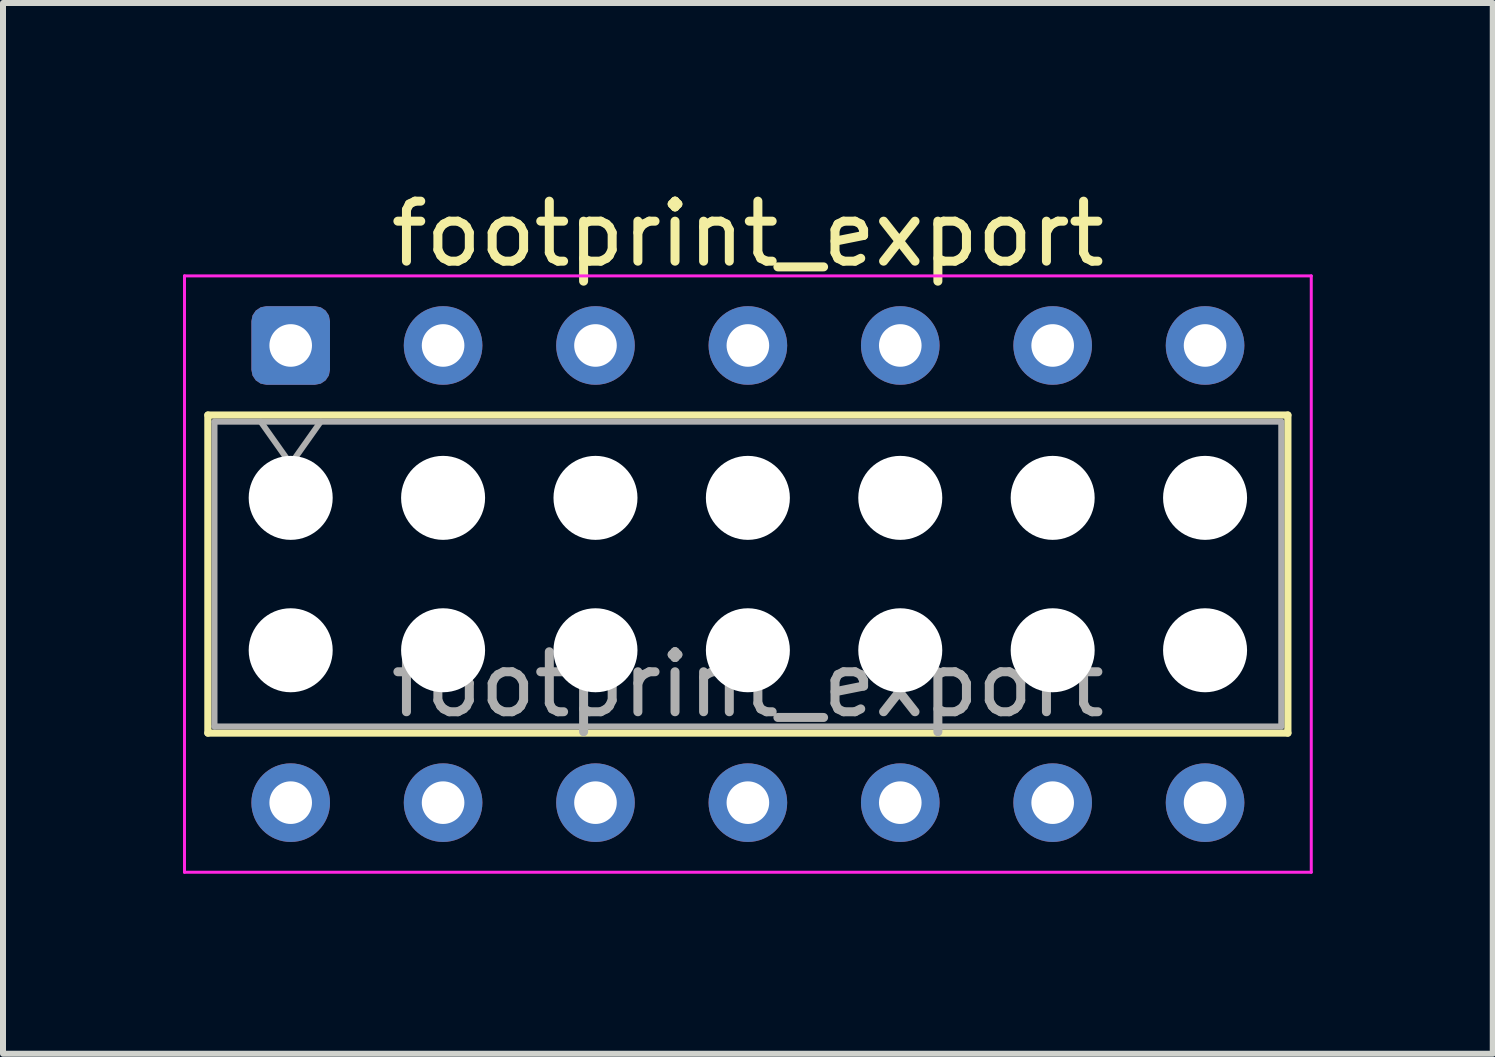
<source format=kicad_pcb>
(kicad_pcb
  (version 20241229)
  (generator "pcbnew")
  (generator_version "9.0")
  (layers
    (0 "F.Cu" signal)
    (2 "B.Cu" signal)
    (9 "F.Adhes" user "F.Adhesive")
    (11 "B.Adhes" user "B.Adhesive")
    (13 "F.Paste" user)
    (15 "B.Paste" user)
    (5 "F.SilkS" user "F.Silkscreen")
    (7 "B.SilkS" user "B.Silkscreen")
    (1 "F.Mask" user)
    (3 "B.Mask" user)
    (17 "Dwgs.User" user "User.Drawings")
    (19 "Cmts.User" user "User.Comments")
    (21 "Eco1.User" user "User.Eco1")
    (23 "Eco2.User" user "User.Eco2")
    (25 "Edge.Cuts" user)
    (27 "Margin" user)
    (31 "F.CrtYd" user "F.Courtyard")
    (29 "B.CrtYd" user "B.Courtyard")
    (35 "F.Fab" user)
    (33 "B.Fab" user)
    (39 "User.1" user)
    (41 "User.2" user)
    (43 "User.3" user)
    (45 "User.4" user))
  (footprint "footprint_export"
    (layer "F.Cu")
    (at 1.795 2.708)
    (property "Reference" "footprint_export" (at 7.62 -1.86 0) (layer "F.SilkS") (effects (font (size 1 1) (thickness 0.15))))
    (attr through_hole)
    (fp_line (start -1.38 1.16) (end 16.62 1.16) (stroke (width 0.12) (type solid)) (layer "F.SilkS"))
    (fp_line (start -1.38 6.46) (end -1.38 1.16) (stroke (width 0.12) (type solid)) (layer "F.SilkS"))
    (fp_line (start 16.62 1.16) (end 16.62 6.46) (stroke (width 0.12) (type solid)) (layer "F.SilkS"))
    (fp_line (start 16.62 6.46) (end -1.38 6.46) (stroke (width 0.12) (type solid)) (layer "F.SilkS"))
    (fp_line (start -1.77 -1.16) (end 17.01 -1.16) (stroke (width 0.05) (type solid)) (layer "F.CrtYd"))
    (fp_line (start -1.77 8.78) (end -1.77 -1.16) (stroke (width 0.05) (type solid)) (layer "F.CrtYd"))
    (fp_line (start 17.01 -1.16) (end 17.01 8.78) (stroke (width 0.05) (type solid)) (layer "F.CrtYd"))
    (fp_line (start 17.01 8.78) (end -1.77 8.78) (stroke (width 0.05) (type solid)) (layer "F.CrtYd"))
    (fp_line (start -1.27 1.27) (end 16.51 1.27) (stroke (width 0.1) (type solid)) (layer "F.Fab"))
    (fp_line (start -1.27 6.35) (end -1.27 1.27) (stroke (width 0.1) (type solid)) (layer "F.Fab"))
    (fp_line (start -0.5 1.27) (end 0 1.977) (stroke (width 0.1) (type solid)) (layer "F.Fab"))
    (fp_line (start 0 1.977) (end 0.5 1.27) (stroke (width 0.1) (type solid)) (layer "F.Fab"))
    (fp_line (start 16.51 1.27) (end 16.51 6.35) (stroke (width 0.1) (type solid)) (layer "F.Fab"))
    (fp_line (start 16.51 6.35) (end -1.27 6.35) (stroke (width 0.1) (type solid)) (layer "F.Fab"))
    (fp_text user "${REFERENCE}" (at 7.62 5.65 0) (layer "F.Fab") (effects (font (size 1 1) (thickness 0.15))))
    (pad "" np_thru_hole circle (at 0 2.54) (size 1.4 1.4) (drill 1.4) (layers "*.Cu" "*.Mask"))
    (pad "" np_thru_hole circle (at 0 5.08) (size 1.4 1.4) (drill 1.4) (layers "*.Cu" "*.Mask"))
    (pad "" np_thru_hole circle (at 2.54 2.54) (size 1.4 1.4) (drill 1.4) (layers "*.Cu" "*.Mask"))
    (pad "" np_thru_hole circle (at 2.54 5.08) (size 1.4 1.4) (drill 1.4) (layers "*.Cu" "*.Mask"))
    (pad "" np_thru_hole circle (at 5.08 2.54) (size 1.4 1.4) (drill 1.4) (layers "*.Cu" "*.Mask"))
    (pad "" np_thru_hole circle (at 5.08 5.08) (size 1.4 1.4) (drill 1.4) (layers "*.Cu" "*.Mask"))
    (pad "" np_thru_hole circle (at 7.62 2.54) (size 1.4 1.4) (drill 1.4) (layers "*.Cu" "*.Mask"))
    (pad "" np_thru_hole circle (at 7.62 5.08) (size 1.4 1.4) (drill 1.4) (layers "*.Cu" "*.Mask"))
    (pad "" np_thru_hole circle (at 10.16 2.54) (size 1.4 1.4) (drill 1.4) (layers "*.Cu" "*.Mask"))
    (pad "" np_thru_hole circle (at 10.16 5.08) (size 1.4 1.4) (drill 1.4) (layers "*.Cu" "*.Mask"))
    (pad "" np_thru_hole circle (at 12.7 2.54) (size 1.4 1.4) (drill 1.4) (layers "*.Cu" "*.Mask"))
    (pad "" np_thru_hole circle (at 12.7 5.08) (size 1.4 1.4) (drill 1.4) (layers "*.Cu" "*.Mask"))
    (pad "" np_thru_hole circle (at 15.24 2.54) (size 1.4 1.4) (drill 1.4) (layers "*.Cu" "*.Mask"))
    (pad "" np_thru_hole circle (at 15.24 5.08) (size 1.4 1.4) (drill 1.4) (layers "*.Cu" "*.Mask"))
    (pad "1" thru_hole roundrect (at 0 0) (size 1.31 1.31) (drill 0.71) (layers "*.Cu" "*.Mask") (roundrect_rratio 0.191))
    (pad "2" thru_hole circle (at 0 7.62) (size 1.31 1.31) (drill 0.71) (layers "*.Cu" "*.Mask"))
    (pad "3" thru_hole circle (at 2.54 0) (size 1.31 1.31) (drill 0.71) (layers "*.Cu" "*.Mask"))
    (pad "4" thru_hole circle (at 2.54 7.62) (size 1.31 1.31) (drill 0.71) (layers "*.Cu" "*.Mask"))
    (pad "5" thru_hole circle (at 5.08 0) (size 1.31 1.31) (drill 0.71) (layers "*.Cu" "*.Mask"))
    (pad "6" thru_hole circle (at 5.08 7.62) (size 1.31 1.31) (drill 0.71) (layers "*.Cu" "*.Mask"))
    (pad "7" thru_hole circle (at 7.62 0) (size 1.31 1.31) (drill 0.71) (layers "*.Cu" "*.Mask"))
    (pad "8" thru_hole circle (at 7.62 7.62) (size 1.31 1.31) (drill 0.71) (layers "*.Cu" "*.Mask"))
    (pad "9" thru_hole circle (at 10.16 0) (size 1.31 1.31) (drill 0.71) (layers "*.Cu" "*.Mask"))
    (pad "10" thru_hole circle (at 10.16 7.62) (size 1.31 1.31) (drill 0.71) (layers "*.Cu" "*.Mask"))
    (pad "11" thru_hole circle (at 12.7 0) (size 1.31 1.31) (drill 0.71) (layers "*.Cu" "*.Mask"))
    (pad "12" thru_hole circle (at 12.7 7.62) (size 1.31 1.31) (drill 0.71) (layers "*.Cu" "*.Mask"))
    (pad "13" thru_hole circle (at 15.24 0) (size 1.31 1.31) (drill 0.71) (layers "*.Cu" "*.Mask"))
    (pad "14" thru_hole circle (at 15.24 7.62) (size 1.31 1.31) (drill 0.71) (layers "*.Cu" "*.Mask")))
  (gr_rect
    (start -3 -3)
    (end 21.83 14.513)
    (stroke (width 0.1) (type default))
    (fill no)
    (layer "Edge.Cuts")))
</source>
